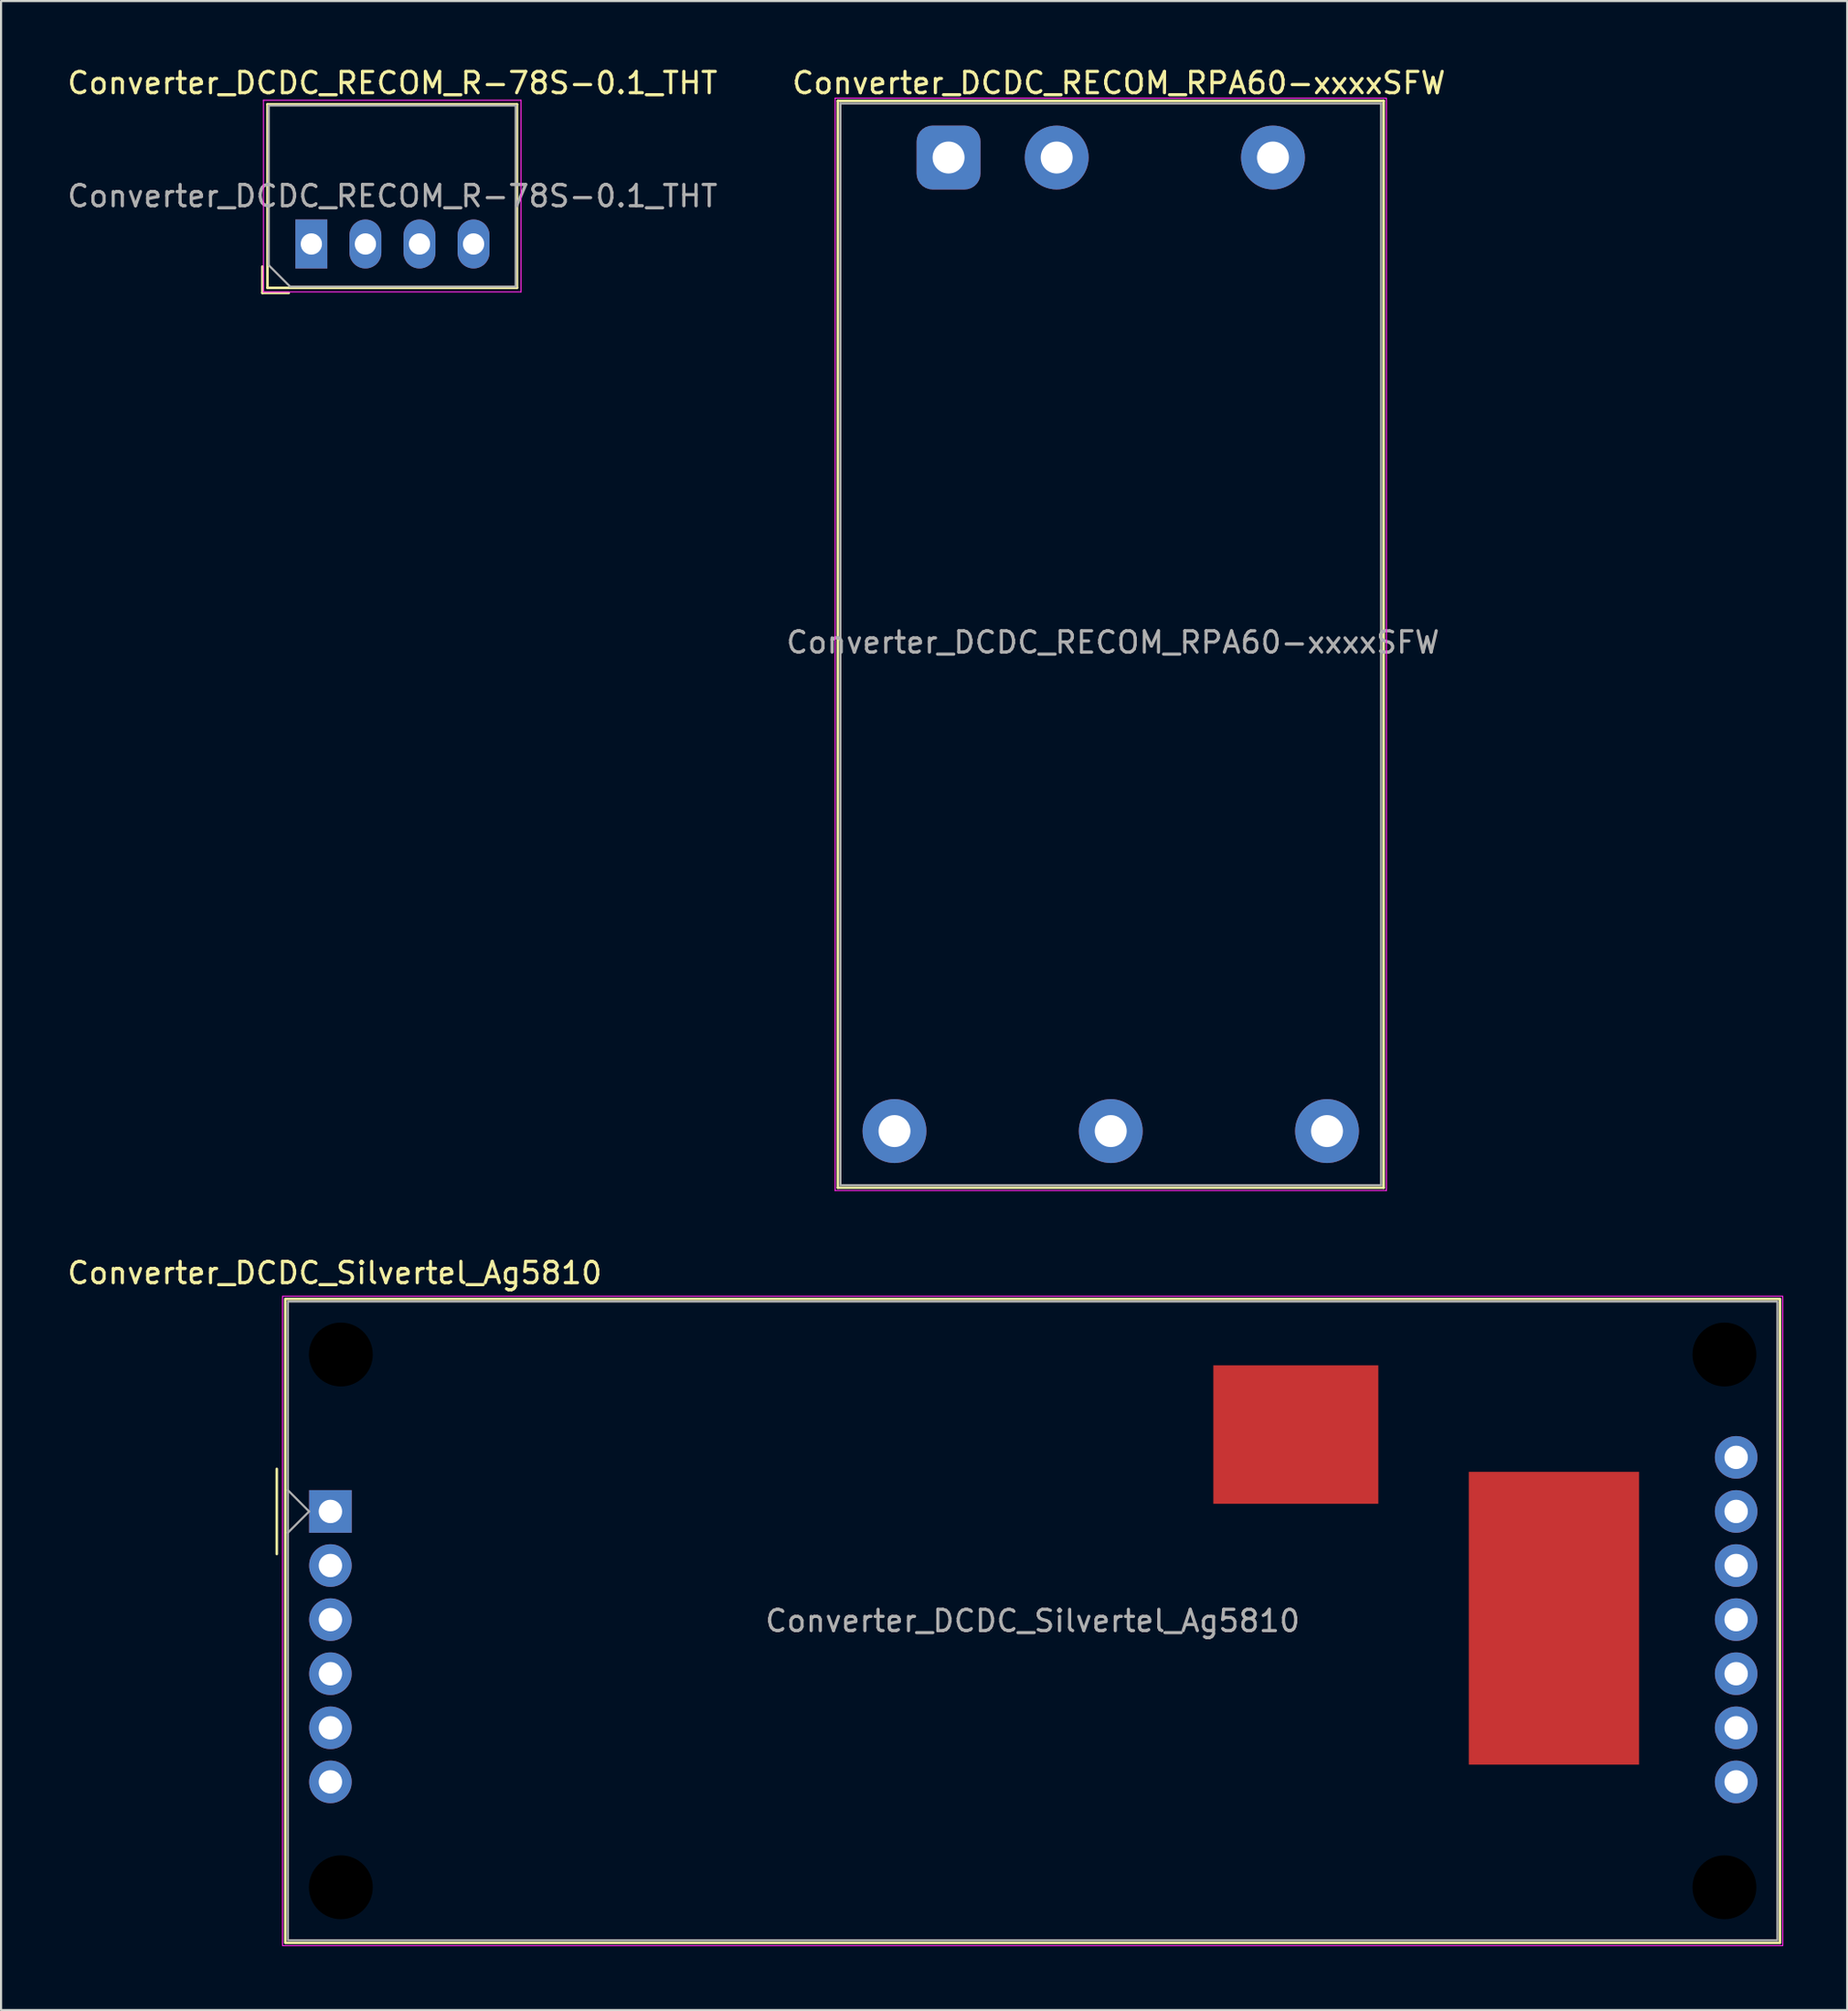
<source format=kicad_pcb>
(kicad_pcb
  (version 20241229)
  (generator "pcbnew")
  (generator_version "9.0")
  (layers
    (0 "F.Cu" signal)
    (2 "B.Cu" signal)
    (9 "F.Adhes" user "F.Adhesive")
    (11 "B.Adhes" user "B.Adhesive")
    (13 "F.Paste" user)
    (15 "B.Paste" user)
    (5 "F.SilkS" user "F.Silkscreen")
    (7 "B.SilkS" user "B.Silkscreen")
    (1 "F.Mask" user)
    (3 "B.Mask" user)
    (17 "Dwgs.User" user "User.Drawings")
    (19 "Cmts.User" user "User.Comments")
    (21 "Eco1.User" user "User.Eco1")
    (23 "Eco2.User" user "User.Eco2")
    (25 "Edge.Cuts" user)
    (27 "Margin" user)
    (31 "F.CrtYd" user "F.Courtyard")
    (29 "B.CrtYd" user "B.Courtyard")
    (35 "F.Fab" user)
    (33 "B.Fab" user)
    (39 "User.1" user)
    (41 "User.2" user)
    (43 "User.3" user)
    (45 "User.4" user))
  (footprint "Converter_DCDC_Silvertel_Ag5810"
    (layer "F.Cu")
    (at 12.473 67.931)
    (property "Reference" "Converter_DCDC_Silvertel_Ag5810" (at 0.2 -11.2 0) (unlocked yes) (layer "F.SilkS") (effects (font (size 1 1) (thickness 0.15))))
    (attr through_hole)
    (fp_line (start -2.52 -2) (end -2.52 2) (stroke (width 0.12) (type solid)) (layer "F.SilkS"))
    (fp_rect (start -2.12 -9.98) (end 68.1 20.26) (stroke (width 0.12) (type solid)) (fill no) (layer "F.SilkS"))
    (fp_rect (start -2.25 -10.11) (end 68.23 20.39) (stroke (width 0.05) (type solid)) (fill no) (layer "F.CrtYd"))
    (fp_line (start -2 1) (end -1 0) (stroke (width 0.1) (type solid)) (layer "F.Fab"))
    (fp_line (start -1 0) (end -2 -1) (stroke (width 0.1) (type solid)) (layer "F.Fab"))
    (fp_rect (start -2 -9.86) (end 67.98 20.14) (stroke (width 0.1) (type solid)) (fill no) (layer "F.Fab"))
    (fp_text user "${REFERENCE}" (at 32.99 5.14 0) (unlocked yes) (layer "F.Fab") (effects (font (size 1 1) (thickness 0.15))))
    (pad "" np_thru_hole circle (at 0.49 -7.37) (size 3 3) (drill 3) (layers "*.Mask"))
    (pad "" np_thru_hole circle (at 0.49 17.65) (size 3 3) (drill 3) (layers "*.Mask"))
    (pad "" np_thru_hole circle (at 65.49 -7.37) (size 3 3) (drill 3) (layers "*.Mask"))
    (pad "" np_thru_hole circle (at 65.49 17.65) (size 3 3) (drill 3) (layers "*.Mask"))
    (pad "1" thru_hole rect (at 0 0) (size 2 2) (drill 1.1) (layers "*.Cu" "*.Mask"))
    (pad "2" thru_hole circle (at 0 2.54) (size 2 2) (drill 1.1) (layers "*.Cu" "*.Mask"))
    (pad "2" smd rect (at 45.355 -3.61) (size 7.75 6.5) (layers "F.Cu" "F.Mask"))
    (pad "3" thru_hole circle (at 0 5.08) (size 2 2) (drill 1.1) (layers "*.Cu" "*.Mask"))
    (pad "4" thru_hole circle (at 0 7.62) (size 2 2) (drill 1.1) (layers "*.Cu" "*.Mask"))
    (pad "5" thru_hole circle (at 0 10.16) (size 2 2) (drill 1.1) (layers "*.Cu" "*.Mask"))
    (pad "6" thru_hole circle (at 0 12.7) (size 2 2) (drill 1.1) (layers "*.Cu" "*.Mask"))
    (pad "7" thru_hole circle (at 66.04 12.7) (size 2 2) (drill 1.1) (layers "*.Cu" "*.Mask"))
    (pad "8" thru_hole circle (at 66.04 10.16) (size 2 2) (drill 1.1) (layers "*.Cu" "*.Mask"))
    (pad "9" thru_hole circle (at 66.04 7.62) (size 2 2) (drill 1.1) (layers "*.Cu" "*.Mask"))
    (pad "10" thru_hole circle (at 66.04 5.08) (size 2 2) (drill 1.1) (layers "*.Cu" "*.Mask"))
    (pad "11" smd rect (at 57.48 5.015) (size 8 13.75) (layers "F.Cu" "F.Mask"))
    (pad "11" thru_hole circle (at 66.04 2.54) (size 2 2) (drill 1.1) (layers "*.Cu" "*.Mask"))
    (pad "12" thru_hole circle (at 66.04 0) (size 2 2) (drill 1.1) (layers "*.Cu" "*.Mask"))
    (pad "13" thru_hole circle (at 66.04 -2.54) (size 2 2) (drill 1.1) (layers "*.Cu" "*.Mask"))
    (zone (net_name "") (layers "F.Cu" "B.Cu") (name "Isolation") (hatch edge 0.508) (connect_pads) (min_thickness 0.254) (filled_areas_thickness no) (keepout (tracks not_allowed) (vias not_allowed) (pads not_allowed) (copperpour not_allowed) (footprints allowed)) (placement (enabled no)) (fill) (polygon (pts (xy 71.948 66.031) (xy 64.198 66.031) (xy 64.198 79.882) (xy 69.048 79.882) (xy 69.048 84.906) (xy 64.198 84.906) (xy 64.198 88.056) (xy 61.198 88.056) (xy 61.198 81.906) (xy 66.048 81.906) (xy 66.048 81.406) (xy 61.748 81.406) (xy 61.748 63.882) (xy 68.948 63.882) (xy 68.948 58.081) (xy 71.948 58.056)))))
  (footprint "Converter_DCDC_RECOM_R-78S-0.1_THT"
    (layer "F.Cu")
    (at 11.577 8.408)
    (property "Reference" "Converter_DCDC_RECOM_R-78S-0.1_THT" (at 3.81 -7.56 0) (layer "F.SilkS") (effects (font (size 1 1) (thickness 0.15))))
    (attr through_hole)
    (fp_line (start -2.3 1.06) (end -2.3 2.3) (stroke (width 0.12) (type solid)) (layer "F.SilkS"))
    (fp_line (start -2.3 2.3) (end -1.06 2.3) (stroke (width 0.12) (type solid)) (layer "F.SilkS"))
    (fp_line (start -2.06 -6.56) (end -2.06 2.06) (stroke (width 0.12) (type solid)) (layer "F.SilkS"))
    (fp_line (start -2.06 -6.56) (end 9.66 -6.56) (stroke (width 0.12) (type solid)) (layer "F.SilkS"))
    (fp_line (start -2.06 2.06) (end 9.66 2.06) (stroke (width 0.12) (type solid)) (layer "F.SilkS"))
    (fp_line (start 9.66 -6.56) (end 9.66 2.06) (stroke (width 0.12) (type solid)) (layer "F.SilkS"))
    (fp_line (start -2.25 -6.75) (end -2.25 2.25) (stroke (width 0.05) (type solid)) (layer "F.CrtYd"))
    (fp_line (start -2.25 2.25) (end 9.85 2.25) (stroke (width 0.05) (type solid)) (layer "F.CrtYd"))
    (fp_line (start 9.85 -6.75) (end -2.25 -6.75) (stroke (width 0.05) (type solid)) (layer "F.CrtYd"))
    (fp_line (start 9.85 2.25) (end 9.85 -6.75) (stroke (width 0.05) (type solid)) (layer "F.CrtYd"))
    (fp_line (start -2 -6.5) (end 9.6 -6.5) (stroke (width 0.1) (type solid)) (layer "F.Fab"))
    (fp_line (start -2 1) (end -2 -6.5) (stroke (width 0.1) (type solid)) (layer "F.Fab"))
    (fp_line (start -1 2) (end -2 1) (stroke (width 0.1) (type solid)) (layer "F.Fab"))
    (fp_line (start 9.6 -6.5) (end 9.6 2) (stroke (width 0.1) (type solid)) (layer "F.Fab"))
    (fp_line (start 9.6 2) (end -1 2) (stroke (width 0.1) (type solid)) (layer "F.Fab"))
    (fp_text user "${REFERENCE}" (at 3.81 -2.25 0) (layer "F.Fab") (effects (font (size 1 1) (thickness 0.15))))
    (pad "1" thru_hole rect (at 0 0) (size 1.5 2.3) (drill 1) (layers "*.Cu" "*.Mask"))
    (pad "2" thru_hole oval (at 2.54 0) (size 1.5 2.3) (drill 1) (layers "*.Cu" "*.Mask"))
    (pad "3" thru_hole oval (at 5.08 0) (size 1.5 2.3) (drill 1) (layers "*.Cu" "*.Mask"))
    (pad "4" thru_hole oval (at 7.62 0) (size 1.5 2.3) (drill 1) (layers "*.Cu" "*.Mask")))
  (footprint "Converter_DCDC_RECOM_RPA60-xxxxSFW"
    (layer "F.Cu")
    (at 41.512 4.348)
    (property "Reference" "Converter_DCDC_RECOM_RPA60-xxxxSFW" (at 8 -3.5 0) (layer "F.SilkS") (effects (font (size 1 1) (thickness 0.15))))
    (attr through_hole)
    (fp_line (start -5.2 -2.66) (end 20.44 -2.66) (stroke (width 0.12) (type solid)) (layer "F.SilkS"))
    (fp_line (start -5.2 48.38) (end -5.2 -2.66) (stroke (width 0.12) (type solid)) (layer "F.SilkS"))
    (fp_line (start 20.44 -2.66) (end 20.44 48.38) (stroke (width 0.12) (type solid)) (layer "F.SilkS"))
    (fp_line (start 20.44 48.38) (end -5.2 48.38) (stroke (width 0.12) (type solid)) (layer "F.SilkS"))
    (fp_line (start -5.33 -2.79) (end 20.57 -2.79) (stroke (width 0.05) (type solid)) (layer "F.CrtYd"))
    (fp_line (start -5.33 48.51) (end -5.33 -2.79) (stroke (width 0.05) (type solid)) (layer "F.CrtYd"))
    (fp_line (start 20.57 -2.79) (end 20.57 48.51) (stroke (width 0.05) (type solid)) (layer "F.CrtYd"))
    (fp_line (start 20.57 48.51) (end -5.33 48.51) (stroke (width 0.05) (type solid)) (layer "F.CrtYd"))
    (fp_line (start -5.08 -2.54) (end 20.32 -2.54) (stroke (width 0.1) (type solid)) (layer "F.Fab"))
    (fp_line (start -5.08 48.26) (end -5.08 -2.54) (stroke (width 0.1) (type solid)) (layer "F.Fab"))
    (fp_line (start -5.08 48.26) (end 20.32 48.26) (stroke (width 0.1) (type solid)) (layer "F.Fab"))
    (fp_line (start 20.32 48.26) (end 20.32 -2.54) (stroke (width 0.1) (type solid)) (layer "F.Fab"))
    (fp_text user "${REFERENCE}" (at 7.72 22.77 0) (layer "F.Fab") (effects (font (size 1 1) (thickness 0.15))))
    (pad "1" thru_hole roundrect (at 0 0) (size 3 3) (drill 1.5) (layers "*.Cu" "*.Mask") (roundrect_rratio 0.25))
    (pad "2" thru_hole circle (at 5.08 0) (size 3 3) (drill 1.5) (layers "*.Cu" "*.Mask"))
    (pad "3" thru_hole circle (at 15.24 0) (size 3 3) (drill 1.5) (layers "*.Cu" "*.Mask"))
    (pad "4" thru_hole circle (at 17.78 45.72) (size 3 3) (drill 1.5) (layers "*.Cu" "*.Mask"))
    (pad "5" thru_hole circle (at 7.62 45.72) (size 3 3) (drill 1.5) (layers "*.Cu" "*.Mask"))
    (pad "6" thru_hole circle (at -2.54 45.72) (size 3 3) (drill 1.5) (layers "*.Cu" "*.Mask")))
  (gr_rect
    (start -3 -3)
    (end 83.728 91.347)
    (stroke (width 0.1) (type default))
    (fill no)
    (layer "Edge.Cuts")))
</source>
